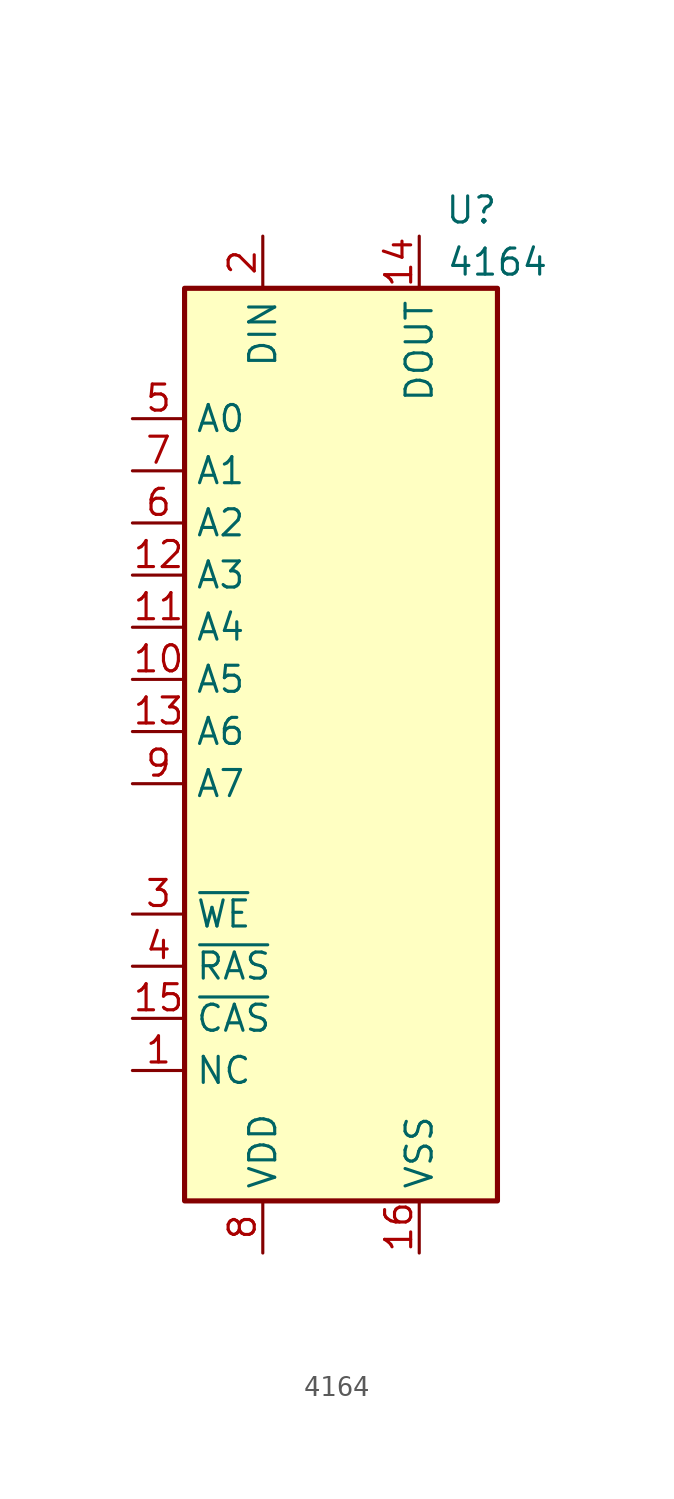
<source format=kicad_sym>
(kicad_symbol_lib
  (version 20220914)
  (generator kicad_symbol_editor)
  (symbol "4164"
    (property "Reference" "U"
      (at 6.35 2.54 0)
      (effects (font (size 1.27 1.27))))
    (property "Value" "4164"
      (at 7.62 0 0)
      (effects (font (size 1.27 1.27))))
    (symbol "4164_1_1"
      (rectangle (start -7.62 -1.27) (end 7.62 -45.72) (stroke (width 0.25) (type default)) (fill (type background)))
      (pin output line (at -10.16 -39.37 0) (length 2.54) (name "NC" (effects (font (size 1.27 1.27)))) (number "1" (effects (font (size 1.27 1.27)))))
      (pin input line (at -10.16 -20.32 0) (length 2.54) (name "A5" (effects (font (size 1.27 1.27)))) (number "10" (effects (font (size 1.27 1.27)))))
      (pin input line (at -10.16 -17.78 0) (length 2.54) (name "A4" (effects (font (size 1.27 1.27)))) (number "11" (effects (font (size 1.27 1.27)))))
      (pin input line (at -10.16 -15.24 0) (length 2.54) (name "A3" (effects (font (size 1.27 1.27)))) (number "12" (effects (font (size 1.27 1.27)))))
      (pin input line (at -10.16 -22.86 0) (length 2.54) (name "A6" (effects (font (size 1.27 1.27)))) (number "13" (effects (font (size 1.27 1.27)))))
      (pin output line (at 3.81 1.27 270) (length 2.54) (name "DOUT" (effects (font (size 1.27 1.27)))) (number "14" (effects (font (size 1.27 1.27)))))
      (pin input line (at -10.16 -36.83 0) (length 2.54) (name "~{CAS}" (effects (font (size 1.27 1.27)))) (number "15" (effects (font (size 1.27 1.27)))))
      (pin power_in line (at 3.81 -48.26 90) (length 2.54) (name "VSS" (effects (font (size 1.27 1.27)))) (number "16" (effects (font (size 1.27 1.27)))))
      (pin input line (at -3.81 1.27 270) (length 2.54) (name "DIN" (effects (font (size 1.27 1.27)))) (number "2" (effects (font (size 1.27 1.27)))))
      (pin input line (at -10.16 -31.75 0) (length 2.54) (name "~{WE}" (effects (font (size 1.27 1.27)))) (number "3" (effects (font (size 1.27 1.27)))))
      (pin input line (at -10.16 -34.29 0) (length 2.54) (name "~{RAS}" (effects (font (size 1.27 1.27)))) (number "4" (effects (font (size 1.27 1.27)))))
      (pin input line (at -10.16 -7.62 0) (length 2.54) (name "A0" (effects (font (size 1.27 1.27)))) (number "5" (effects (font (size 1.27 1.27)))))
      (pin input line (at -10.16 -12.7 0) (length 2.54) (name "A2" (effects (font (size 1.27 1.27)))) (number "6" (effects (font (size 1.27 1.27)))))
      (pin input line (at -10.16 -10.16 0) (length 2.54) (name "A1" (effects (font (size 1.27 1.27)))) (number "7" (effects (font (size 1.27 1.27)))))
      (pin power_in line (at -3.81 -48.26 90) (length 2.54) (name "VDD" (effects (font (size 1.27 1.27)))) (number "8" (effects (font (size 1.27 1.27)))))
      (pin input line (at -10.16 -25.4 0) (length 2.54) (name "A7" (effects (font (size 1.27 1.27)))) (number "9" (effects (font (size 1.27 1.27))))))))
</source>
